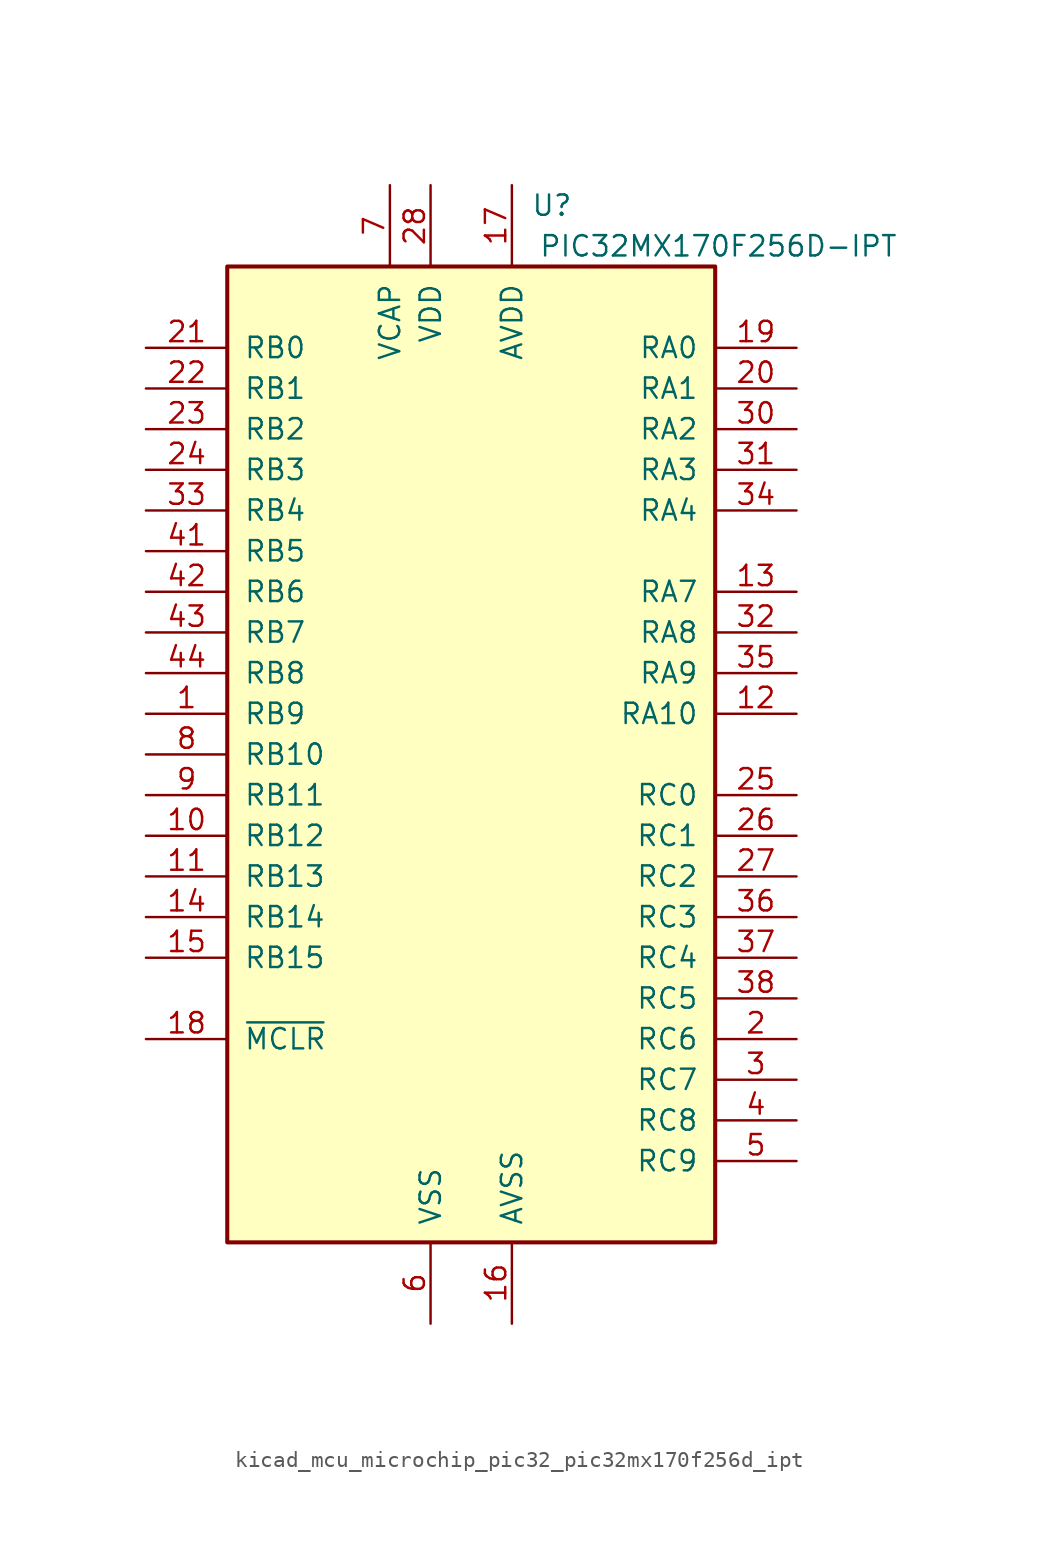
<source format=kicad_sym>
(kicad_symbol_lib
  (version 20220914)
  (generator kicad_symbol_editor)
  (symbol "kicad_mcu_microchip_pic32_pic32mx170f256d_ipt"
    (pin_names
      (offset 1.016))
    (property "Reference" "U"
      (at 6.35 34.29 0)
      (effects (font (size 1.27 1.27)) (justify right)))
    (property "Value" "PIC32MX170F256D-IPT"
      (at 26.67 31.75 0)
      (effects (font (size 1.27 1.27)) (justify right)))
    (symbol "kicad_mcu_microchip_pic32_pic32mx170f256d_ipt_0_1"
      (rectangle (start -15.24 30.48) (end 15.24 -30.48) (stroke (width 0.254) (type default)) (fill (type background))))
    (symbol "kicad_mcu_microchip_pic32_pic32mx170f256d_ipt_1_1"
      (pin bidirectional line (at -20.32 2.54 0) (length 5.08) (name "RB9" (effects (font (size 1.27 1.27)))) (number "1" (effects (font (size 1.27 1.27)))))
      (pin bidirectional line (at -20.32 -5.08 0) (length 5.08) (name "RB12" (effects (font (size 1.27 1.27)))) (number "10" (effects (font (size 1.27 1.27)))))
      (pin bidirectional line (at -20.32 -7.62 0) (length 5.08) (name "RB13" (effects (font (size 1.27 1.27)))) (number "11" (effects (font (size 1.27 1.27)))))
      (pin bidirectional line (at 20.32 2.54 180) (length 5.08) (name "RA10" (effects (font (size 1.27 1.27)))) (number "12" (effects (font (size 1.27 1.27)))))
      (pin bidirectional line (at 20.32 10.16 180) (length 5.08) (name "RA7" (effects (font (size 1.27 1.27)))) (number "13" (effects (font (size 1.27 1.27)))))
      (pin bidirectional line (at -20.32 -10.16 0) (length 5.08) (name "RB14" (effects (font (size 1.27 1.27)))) (number "14" (effects (font (size 1.27 1.27)))))
      (pin bidirectional line (at -20.32 -12.7 0) (length 5.08) (name "RB15" (effects (font (size 1.27 1.27)))) (number "15" (effects (font (size 1.27 1.27)))))
      (pin power_in line (at 2.54 -35.56 90) (length 5.08) (name "AVSS" (effects (font (size 1.27 1.27)))) (number "16" (effects (font (size 1.27 1.27)))))
      (pin power_in line (at 2.54 35.56 270) (length 5.08) (name "AVDD" (effects (font (size 1.27 1.27)))) (number "17" (effects (font (size 1.27 1.27)))))
      (pin input line (at -20.32 -17.78 0) (length 5.08) (name "~{MCLR}" (effects (font (size 1.27 1.27)))) (number "18" (effects (font (size 1.27 1.27)))))
      (pin input line (at 20.32 25.4 180) (length 5.08) (name "RA0" (effects (font (size 1.27 1.27)))) (number "19" (effects (font (size 1.27 1.27)))))
      (pin bidirectional line (at 20.32 -17.78 180) (length 5.08) (name "RC6" (effects (font (size 1.27 1.27)))) (number "2" (effects (font (size 1.27 1.27)))))
      (pin input line (at 20.32 22.86 180) (length 5.08) (name "RA1" (effects (font (size 1.27 1.27)))) (number "20" (effects (font (size 1.27 1.27)))))
      (pin input line (at -20.32 25.4 0) (length 5.08) (name "RB0" (effects (font (size 1.27 1.27)))) (number "21" (effects (font (size 1.27 1.27)))))
      (pin input line (at -20.32 22.86 0) (length 5.08) (name "RB1" (effects (font (size 1.27 1.27)))) (number "22" (effects (font (size 1.27 1.27)))))
      (pin input line (at -20.32 20.32 0) (length 5.08) (name "RB2" (effects (font (size 1.27 1.27)))) (number "23" (effects (font (size 1.27 1.27)))))
      (pin input line (at -20.32 17.78 0) (length 5.08) (name "RB3" (effects (font (size 1.27 1.27)))) (number "24" (effects (font (size 1.27 1.27)))))
      (pin input line (at 20.32 -2.54 180) (length 5.08) (name "RC0" (effects (font (size 1.27 1.27)))) (number "25" (effects (font (size 1.27 1.27)))))
      (pin input line (at 20.32 -5.08 180) (length 5.08) (name "RC1" (effects (font (size 1.27 1.27)))) (number "26" (effects (font (size 1.27 1.27)))))
      (pin input line (at 20.32 -7.62 180) (length 5.08) (name "RC2" (effects (font (size 1.27 1.27)))) (number "27" (effects (font (size 1.27 1.27)))))
      (pin power_in line (at -2.54 35.56 270) (length 5.08) (name "VDD" (effects (font (size 1.27 1.27)))) (number "28" (effects (font (size 1.27 1.27)))))
      (pin passive line (at -2.54 -35.56 90) (length 5.08) hide (name "VSS" (effects (font (size 1.27 1.27)))) (number "29" (effects (font (size 1.27 1.27)))))
      (pin bidirectional line (at 20.32 -20.32 180) (length 5.08) (name "RC7" (effects (font (size 1.27 1.27)))) (number "3" (effects (font (size 1.27 1.27)))))
      (pin input line (at 20.32 20.32 180) (length 5.08) (name "RA2" (effects (font (size 1.27 1.27)))) (number "30" (effects (font (size 1.27 1.27)))))
      (pin input line (at 20.32 17.78 180) (length 5.08) (name "RA3" (effects (font (size 1.27 1.27)))) (number "31" (effects (font (size 1.27 1.27)))))
      (pin input line (at 20.32 7.62 180) (length 5.08) (name "RA8" (effects (font (size 1.27 1.27)))) (number "32" (effects (font (size 1.27 1.27)))))
      (pin input line (at -20.32 15.24 0) (length 5.08) (name "RB4" (effects (font (size 1.27 1.27)))) (number "33" (effects (font (size 1.27 1.27)))))
      (pin input line (at 20.32 15.24 180) (length 5.08) (name "RA4" (effects (font (size 1.27 1.27)))) (number "34" (effects (font (size 1.27 1.27)))))
      (pin input line (at 20.32 5.08 180) (length 5.08) (name "RA9" (effects (font (size 1.27 1.27)))) (number "35" (effects (font (size 1.27 1.27)))))
      (pin input line (at 20.32 -10.16 180) (length 5.08) (name "RC3" (effects (font (size 1.27 1.27)))) (number "36" (effects (font (size 1.27 1.27)))))
      (pin input line (at 20.32 -12.7 180) (length 5.08) (name "RC4" (effects (font (size 1.27 1.27)))) (number "37" (effects (font (size 1.27 1.27)))))
      (pin input line (at 20.32 -15.24 180) (length 5.08) (name "RC5" (effects (font (size 1.27 1.27)))) (number "38" (effects (font (size 1.27 1.27)))))
      (pin passive line (at -2.54 -35.56 90) (length 5.08) hide (name "VSS" (effects (font (size 1.27 1.27)))) (number "39" (effects (font (size 1.27 1.27)))))
      (pin bidirectional line (at 20.32 -22.86 180) (length 5.08) (name "RC8" (effects (font (size 1.27 1.27)))) (number "4" (effects (font (size 1.27 1.27)))))
      (pin passive line (at -2.54 35.56 270) (length 5.08) hide (name "VDD" (effects (font (size 1.27 1.27)))) (number "40" (effects (font (size 1.27 1.27)))))
      (pin input line (at -20.32 12.7 0) (length 5.08) (name "RB5" (effects (font (size 1.27 1.27)))) (number "41" (effects (font (size 1.27 1.27)))))
      (pin input line (at -20.32 10.16 0) (length 5.08) (name "RB6" (effects (font (size 1.27 1.27)))) (number "42" (effects (font (size 1.27 1.27)))))
      (pin input line (at -20.32 7.62 0) (length 5.08) (name "RB7" (effects (font (size 1.27 1.27)))) (number "43" (effects (font (size 1.27 1.27)))))
      (pin input line (at -20.32 5.08 0) (length 5.08) (name "RB8" (effects (font (size 1.27 1.27)))) (number "44" (effects (font (size 1.27 1.27)))))
      (pin bidirectional line (at 20.32 -25.4 180) (length 5.08) (name "RC9" (effects (font (size 1.27 1.27)))) (number "5" (effects (font (size 1.27 1.27)))))
      (pin power_in line (at -2.54 -35.56 90) (length 5.08) (name "VSS" (effects (font (size 1.27 1.27)))) (number "6" (effects (font (size 1.27 1.27)))))
      (pin power_in line (at -5.08 35.56 270) (length 5.08) (name "VCAP" (effects (font (size 1.27 1.27)))) (number "7" (effects (font (size 1.27 1.27)))))
      (pin bidirectional line (at -20.32 0 0) (length 5.08) (name "RB10" (effects (font (size 1.27 1.27)))) (number "8" (effects (font (size 1.27 1.27)))))
      (pin bidirectional line (at -20.32 -2.54 0) (length 5.08) (name "RB11" (effects (font (size 1.27 1.27)))) (number "9" (effects (font (size 1.27 1.27))))))))
</source>
